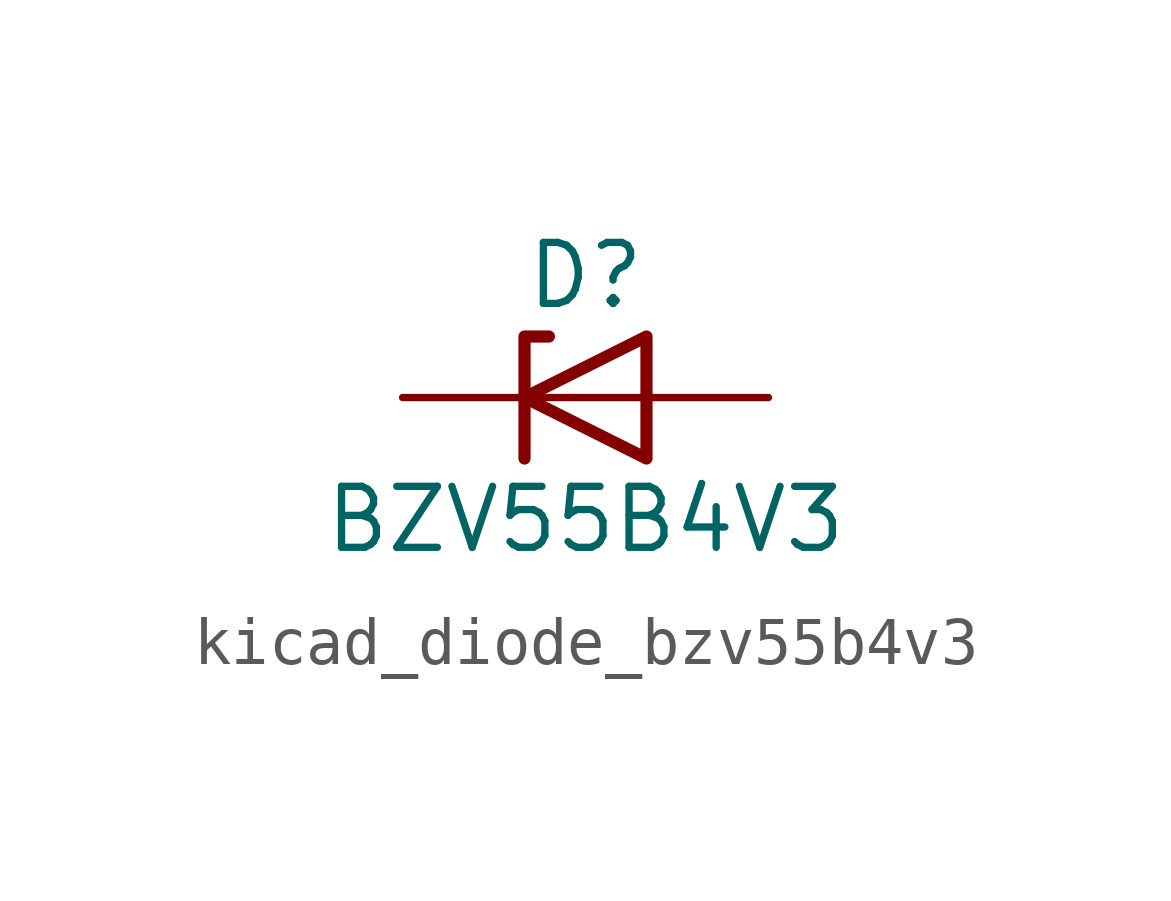
<source format=kicad_sym>
(kicad_symbol_lib
  (version 20220914)
  (generator kicad_symbol_editor)
  (symbol "kicad_diode_bzv55b4v3"
    (pin_numbers hide)
    (pin_names hide)
    (property "Reference" "D"
      (at 0 2.54 0)
      (effects (font (size 1.27 1.27))))
    (property "Value" "BZV55B4V3"
      (at 0 -2.54 0)
      (effects (font (size 1.27 1.27))))
    (symbol "kicad_diode_bzv55b4v3_0_1"
      (polyline (pts (xy 1.27 0) (xy -1.27 0)) (stroke (width 0) (type default)) (fill (type none)))
      (polyline (pts (xy -1.27 -1.27) (xy -1.27 1.27) (xy -0.762 1.27)) (stroke (width 0.254) (type default)) (fill (type none)))
      (polyline (pts (xy 1.27 -1.27) (xy 1.27 1.27) (xy -1.27 0) (xy 1.27 -1.27)) (stroke (width 0.254) (type default)) (fill (type none))))
    (symbol "kicad_diode_bzv55b4v3_1_1"
      (pin passive line (at -3.81 0 0) (length 2.54) (name "K" (effects (font (size 1.27 1.27)))) (number "1" (effects (font (size 1.27 1.27)))))
      (pin passive line (at 3.81 0 180) (length 2.54) (name "A" (effects (font (size 1.27 1.27)))) (number "2" (effects (font (size 1.27 1.27))))))))
</source>
